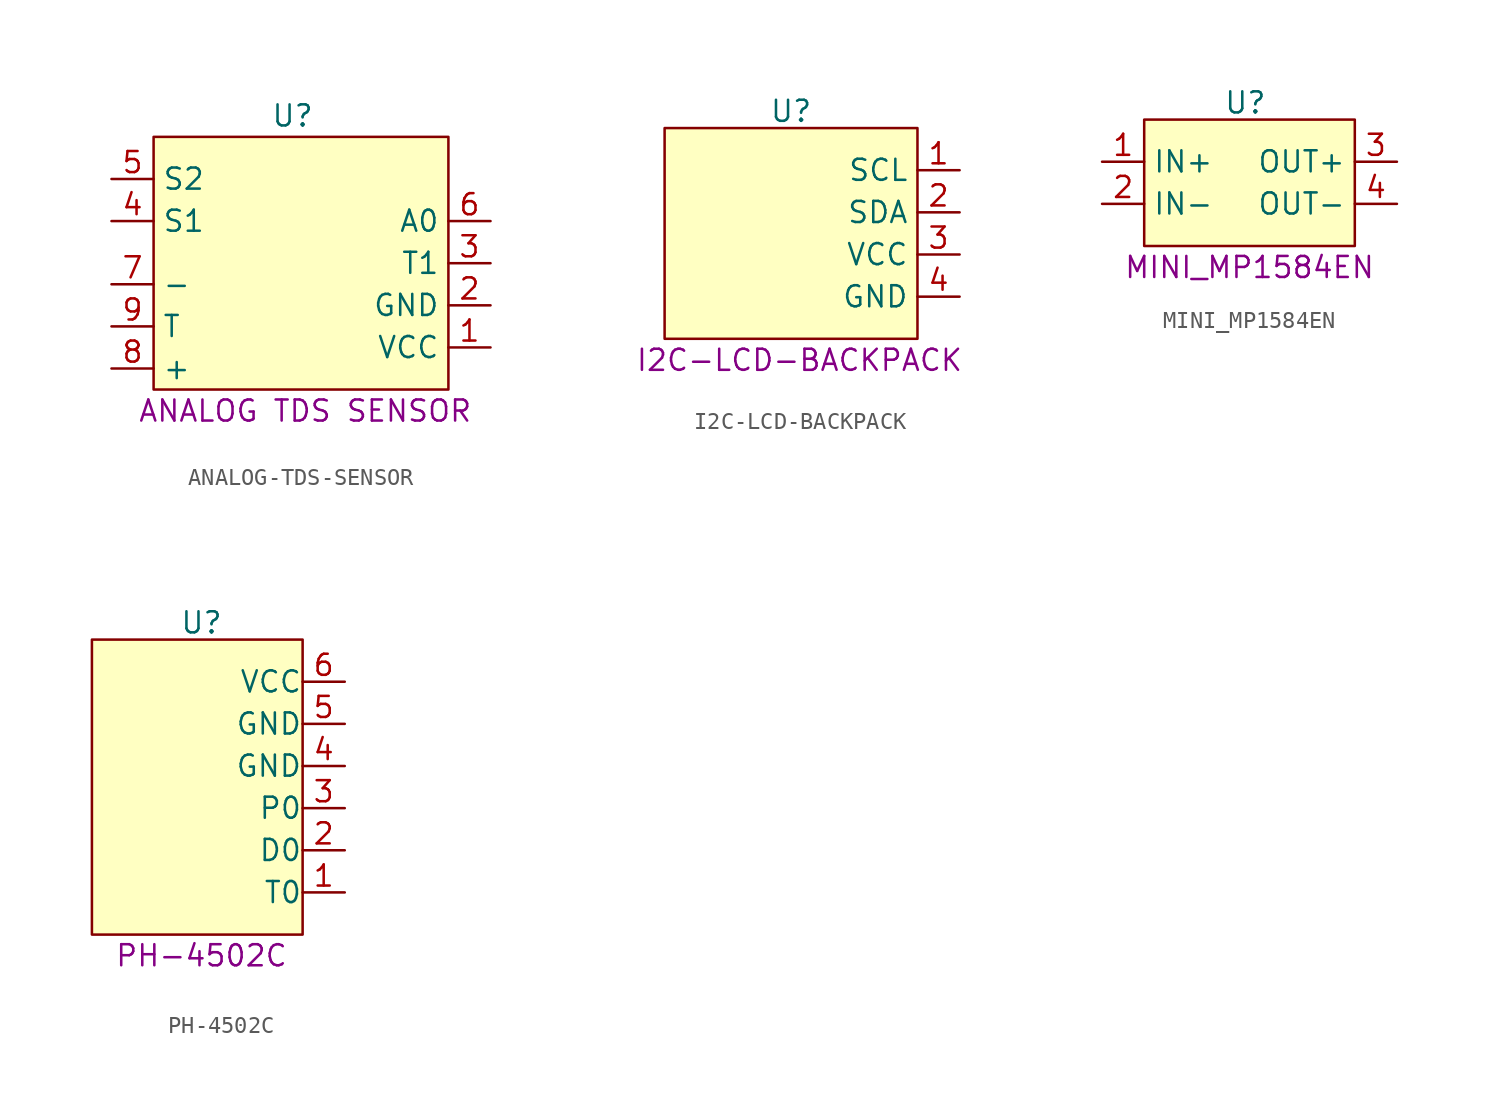
<source format=kicad_sym>
(kicad_symbol_lib
  (version 20241209)
  (generator "kicad_symbol_editor")
  (generator_version "9.0")
  (symbol "ANALOG-TDS-SENSOR"
    (property "Reference" "U"
      (at -9.398 16.51 0)
      (effects (font (size 1.27 1.27))))
    (property "Value" ""
      (at 0 0 0)
      (effects (font (size 1.27 1.27))))
    (property "Description" "ANALOG TDS SENSOR"
      (at -8.636 -2.032 0)
      (effects (font (size 1.27 1.27)) (justify bottom)))
    (symbol "ANALOG-TDS-SENSOR_1_1"
      (rectangle (start -17.78 15.24) (end 0 0) (stroke (width 0) (type solid)) (fill (type color) (color 255 255 194 1)))
      (pin passive line (at -20.32 12.7 0) (length 2.54) (name "S2" (effects (font (size 1.27 1.27)))) (number "5" (effects (font (size 1.27 1.27)))))
      (pin passive line (at -20.32 10.16 0) (length 2.54) (name "S1" (effects (font (size 1.27 1.27)))) (number "4" (effects (font (size 1.27 1.27)))))
      (pin passive line (at -20.32 6.35 0) (length 2.54) (name "-" (effects (font (size 1.27 1.27)))) (number "7" (effects (font (size 1.27 1.27)))))
      (pin passive line (at -20.32 3.81 0) (length 2.54) (name "T" (effects (font (size 1.27 1.27)))) (number "9" (effects (font (size 1.27 1.27)))))
      (pin passive line (at -20.32 1.27 0) (length 2.54) (name "+" (effects (font (size 1.27 1.27)))) (number "8" (effects (font (size 1.27 1.27)))))
      (pin passive line (at 2.54 10.16 180) (length 2.54) (name "A0" (effects (font (size 1.27 1.27)))) (number "6" (effects (font (size 1.27 1.27)))))
      (pin passive line (at 2.54 7.62 180) (length 2.54) (name "T1" (effects (font (size 1.27 1.27)))) (number "3" (effects (font (size 1.27 1.27)))))
      (pin passive line (at 2.54 5.08 180) (length 2.54) (name "GND" (effects (font (size 1.27 1.27)))) (number "2" (effects (font (size 1.27 1.27)))))
      (pin passive line (at 2.54 2.54 180) (length 2.54) (name "VCC" (effects (font (size 1.27 1.27)))) (number "1" (effects (font (size 1.27 1.27)))))))
  (symbol "I2C-LCD-BACKPACK"
    (property "Reference" "U"
      (at -7.62 13.716 0)
      (effects (font (size 1.27 1.27))))
    (property "Value" ""
      (at 0 0 0)
      (effects (font (size 1.27 1.27))))
    (property "Description" "I2C-LCD-BACKPACK"
      (at -7.112 -2.032 0)
      (effects (font (size 1.27 1.27)) (justify bottom)))
    (symbol "I2C-LCD-BACKPACK_1_1"
      (rectangle (start -15.24 12.7) (end 0 0) (stroke (width 0) (type solid)) (fill (type color) (color 255 255 194 1)))
      (pin passive line (at 2.54 10.16 180) (length 2.54) (name "SCL" (effects (font (size 1.27 1.27)))) (number "1" (effects (font (size 1.27 1.27)))))
      (pin passive line (at 2.54 7.62 180) (length 2.54) (name "SDA" (effects (font (size 1.27 1.27)))) (number "2" (effects (font (size 1.27 1.27)))))
      (pin passive line (at 2.54 5.08 180) (length 2.54) (name "VCC" (effects (font (size 1.27 1.27)))) (number "3" (effects (font (size 1.27 1.27)))))
      (pin passive line (at 2.54 2.54 180) (length 2.54) (name "GND" (effects (font (size 1.27 1.27)))) (number "4" (effects (font (size 1.27 1.27)))))))
  (symbol "MINI_MP1584EN"
    (property "Reference" "U"
      (at -6.604 8.636 0)
      (effects (font (size 1.27 1.27))))
    (property "Description" "MINI_MP1584EN"
      (at -6.35 -2.032 0)
      (effects (font (size 1.27 1.27)) (justify bottom)))
    (symbol "MINI_MP1584EN_1_1"
      (rectangle (start -12.7 7.62) (end 0 0) (stroke (width 0) (type solid)) (fill (type color) (color 255 255 194 1)))
      (pin passive line (at -15.24 5.08 0) (length 2.54) (name "IN+" (effects (font (size 1.27 1.27)))) (number "1" (effects (font (size 1.27 1.27)))))
      (pin passive line (at -15.24 2.54 0) (length 2.54) (name "IN-" (effects (font (size 1.27 1.27)))) (number "2" (effects (font (size 1.27 1.27)))))
      (pin passive line (at 2.54 5.08 180) (length 2.54) (name "OUT+" (effects (font (size 1.27 1.27)))) (number "3" (effects (font (size 1.27 1.27)))))
      (pin passive line (at 2.54 2.54 180) (length 2.54) (name "OUT-" (effects (font (size 1.27 1.27)))) (number "4" (effects (font (size 1.27 1.27)))))))
  (symbol "PH-4502C"
    (pin_names
      (offset 0.002))
    (property "Reference" "U"
      (at -6.096 18.796 0)
      (effects (font (size 1.27 1.27))))
    (property "Description" "PH-4502C"
      (at -6.096 -1.27 0)
      (effects (font (size 1.27 1.27))))
    (symbol "PH-4502C_1_1"
      (rectangle (start -12.7 17.78) (end 0 0) (stroke (width 0) (type solid)) (fill (type color) (color 255 255 194 1)))
      (pin passive line (at 2.54 15.24 180) (length 2.54) (name "VCC" (effects (font (size 1.27 1.27)))) (number "6" (effects (font (size 1.27 1.27)))))
      (pin passive line (at 2.54 12.7 180) (length 2.54) (name "GND" (effects (font (size 1.27 1.27)))) (number "5" (effects (font (size 1.27 1.27)))))
      (pin passive line (at 2.54 10.16 180) (length 2.54) (name "GND" (effects (font (size 1.27 1.27)))) (number "4" (effects (font (size 1.27 1.27)))))
      (pin passive line (at 2.54 7.62 180) (length 2.54) (name "P0" (effects (font (size 1.27 1.27)))) (number "3" (effects (font (size 1.27 1.27)))))
      (pin passive line (at 2.54 5.08 180) (length 2.54) (name "D0" (effects (font (size 1.27 1.27)))) (number "2" (effects (font (size 1.27 1.27)))))
      (pin passive line (at 2.54 2.54 180) (length 2.54) (name "T0" (effects (font (size 1.27 1.27)))) (number "1" (effects (font (size 1.27 1.27))))))))
</source>
